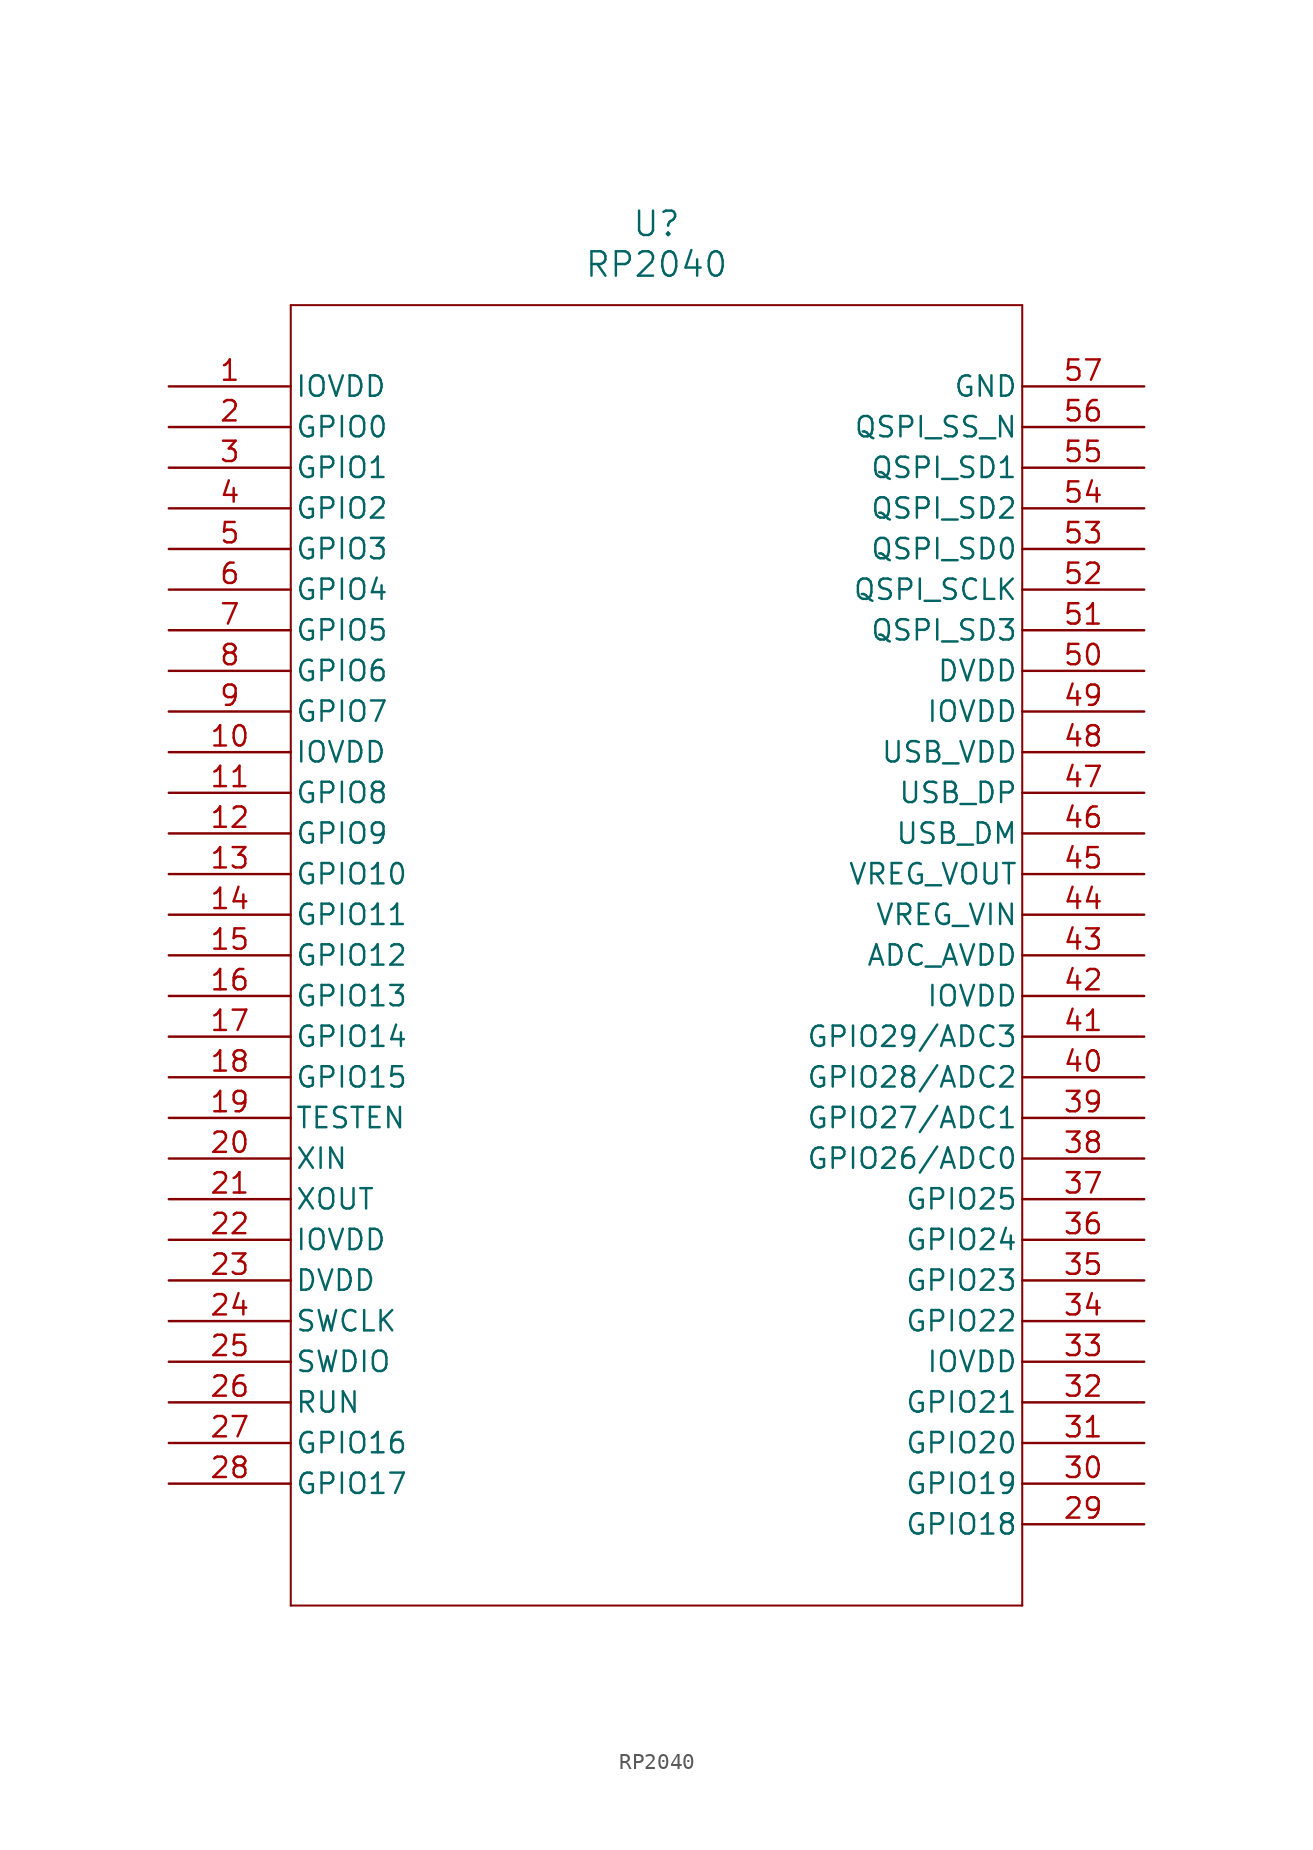
<source format=kicad_sym>
(kicad_symbol_lib
  (version 20211014)
  (generator kicad_symbol_editor)
  (symbol "RP2040"
    (pin_names
      (offset 0.254))
    (property "Reference" "U"
      (at 30.48 10.16 0)
      (effects (font (size 1.524 1.524))))
    (property "Value" "RP2040"
      (at 30.48 7.62 0)
      (effects (font (size 1.524 1.524))))
    (polyline
      (pts (xy 7.62 5.08) (xy 7.62 -76.2))
      (stroke (width 0.127) (type default) (color 0 0 0 0))
      (fill (type none)))
    (polyline
      (pts (xy 7.62 -76.2) (xy 53.34 -76.2))
      (stroke (width 0.127) (type default) (color 0 0 0 0))
      (fill (type none)))
    (polyline
      (pts (xy 53.34 -76.2) (xy 53.34 5.08))
      (stroke (width 0.127) (type default) (color 0 0 0 0))
      (fill (type none)))
    (polyline
      (pts (xy 53.34 5.08) (xy 7.62 5.08))
      (stroke (width 0.127) (type default) (color 0 0 0 0))
      (fill (type none)))
    (pin power_in line
      (at 0 0 0)
      (length 7.62)
      (name "IOVDD" (effects (font (size 1.27 1.27))))
      (number "1" (effects (font (size 1.27 1.27)))))
    (pin bidirectional line
      (at 0 -2.54 0)
      (length 7.62)
      (name "GPIO0" (effects (font (size 1.27 1.27))))
      (number "2" (effects (font (size 1.27 1.27)))))
    (pin bidirectional line
      (at 0 -5.08 0)
      (length 7.62)
      (name "GPIO1" (effects (font (size 1.27 1.27))))
      (number "3" (effects (font (size 1.27 1.27)))))
    (pin bidirectional line
      (at 0 -7.62 0)
      (length 7.62)
      (name "GPIO2" (effects (font (size 1.27 1.27))))
      (number "4" (effects (font (size 1.27 1.27)))))
    (pin bidirectional line
      (at 0 -10.16 0)
      (length 7.62)
      (name "GPIO3" (effects (font (size 1.27 1.27))))
      (number "5" (effects (font (size 1.27 1.27)))))
    (pin bidirectional line
      (at 0 -12.7 0)
      (length 7.62)
      (name "GPIO4" (effects (font (size 1.27 1.27))))
      (number "6" (effects (font (size 1.27 1.27)))))
    (pin bidirectional line
      (at 0 -15.24 0)
      (length 7.62)
      (name "GPIO5" (effects (font (size 1.27 1.27))))
      (number "7" (effects (font (size 1.27 1.27)))))
    (pin bidirectional line
      (at 0 -17.78 0)
      (length 7.62)
      (name "GPIO6" (effects (font (size 1.27 1.27))))
      (number "8" (effects (font (size 1.27 1.27)))))
    (pin bidirectional line
      (at 0 -20.32 0)
      (length 7.62)
      (name "GPIO7" (effects (font (size 1.27 1.27))))
      (number "9" (effects (font (size 1.27 1.27)))))
    (pin power_in line
      (at 0 -22.86 0)
      (length 7.62)
      (name "IOVDD" (effects (font (size 1.27 1.27))))
      (number "10" (effects (font (size 1.27 1.27)))))
    (pin bidirectional line
      (at 0 -25.4 0)
      (length 7.62)
      (name "GPIO8" (effects (font (size 1.27 1.27))))
      (number "11" (effects (font (size 1.27 1.27)))))
    (pin bidirectional line
      (at 0 -27.94 0)
      (length 7.62)
      (name "GPIO9" (effects (font (size 1.27 1.27))))
      (number "12" (effects (font (size 1.27 1.27)))))
    (pin bidirectional line
      (at 0 -30.48 0)
      (length 7.62)
      (name "GPIO10" (effects (font (size 1.27 1.27))))
      (number "13" (effects (font (size 1.27 1.27)))))
    (pin bidirectional line
      (at 0 -33.02 0)
      (length 7.62)
      (name "GPIO11" (effects (font (size 1.27 1.27))))
      (number "14" (effects (font (size 1.27 1.27)))))
    (pin bidirectional line
      (at 0 -35.56 0)
      (length 7.62)
      (name "GPIO12" (effects (font (size 1.27 1.27))))
      (number "15" (effects (font (size 1.27 1.27)))))
    (pin bidirectional line
      (at 0 -38.1 0)
      (length 7.62)
      (name "GPIO13" (effects (font (size 1.27 1.27))))
      (number "16" (effects (font (size 1.27 1.27)))))
    (pin bidirectional line
      (at 0 -40.64 0)
      (length 7.62)
      (name "GPIO14" (effects (font (size 1.27 1.27))))
      (number "17" (effects (font (size 1.27 1.27)))))
    (pin bidirectional line
      (at 0 -43.18 0)
      (length 7.62)
      (name "GPIO15" (effects (font (size 1.27 1.27))))
      (number "18" (effects (font (size 1.27 1.27)))))
    (pin unspecified line
      (at 0 -45.72 0)
      (length 7.62)
      (name "TESTEN" (effects (font (size 1.27 1.27))))
      (number "19" (effects (font (size 1.27 1.27)))))
    (pin unspecified line
      (at 0 -48.26 0)
      (length 7.62)
      (name "XIN" (effects (font (size 1.27 1.27))))
      (number "20" (effects (font (size 1.27 1.27)))))
    (pin output line
      (at 0 -50.8 0)
      (length 7.62)
      (name "XOUT" (effects (font (size 1.27 1.27))))
      (number "21" (effects (font (size 1.27 1.27)))))
    (pin power_in line
      (at 0 -53.34 0)
      (length 7.62)
      (name "IOVDD" (effects (font (size 1.27 1.27))))
      (number "22" (effects (font (size 1.27 1.27)))))
    (pin power_in line
      (at 0 -55.88 0)
      (length 7.62)
      (name "DVDD" (effects (font (size 1.27 1.27))))
      (number "23" (effects (font (size 1.27 1.27)))))
    (pin unspecified line
      (at 0 -58.42 0)
      (length 7.62)
      (name "SWCLK" (effects (font (size 1.27 1.27))))
      (number "24" (effects (font (size 1.27 1.27)))))
    (pin unspecified line
      (at 0 -60.96 0)
      (length 7.62)
      (name "SWDIO" (effects (font (size 1.27 1.27))))
      (number "25" (effects (font (size 1.27 1.27)))))
    (pin unspecified line
      (at 0 -63.5 0)
      (length 7.62)
      (name "RUN" (effects (font (size 1.27 1.27))))
      (number "26" (effects (font (size 1.27 1.27)))))
    (pin bidirectional line
      (at 0 -66.04 0)
      (length 7.62)
      (name "GPIO16" (effects (font (size 1.27 1.27))))
      (number "27" (effects (font (size 1.27 1.27)))))
    (pin bidirectional line
      (at 0 -68.58 0)
      (length 7.62)
      (name "GPIO17" (effects (font (size 1.27 1.27))))
      (number "28" (effects (font (size 1.27 1.27)))))
    (pin bidirectional line
      (at 60.96 -71.12 180)
      (length 7.62)
      (name "GPIO18" (effects (font (size 1.27 1.27))))
      (number "29" (effects (font (size 1.27 1.27)))))
    (pin bidirectional line
      (at 60.96 -68.58 180)
      (length 7.62)
      (name "GPIO19" (effects (font (size 1.27 1.27))))
      (number "30" (effects (font (size 1.27 1.27)))))
    (pin bidirectional line
      (at 60.96 -66.04 180)
      (length 7.62)
      (name "GPIO20" (effects (font (size 1.27 1.27))))
      (number "31" (effects (font (size 1.27 1.27)))))
    (pin bidirectional line
      (at 60.96 -63.5 180)
      (length 7.62)
      (name "GPIO21" (effects (font (size 1.27 1.27))))
      (number "32" (effects (font (size 1.27 1.27)))))
    (pin power_in line
      (at 60.96 -60.96 180)
      (length 7.62)
      (name "IOVDD" (effects (font (size 1.27 1.27))))
      (number "33" (effects (font (size 1.27 1.27)))))
    (pin bidirectional line
      (at 60.96 -58.42 180)
      (length 7.62)
      (name "GPIO22" (effects (font (size 1.27 1.27))))
      (number "34" (effects (font (size 1.27 1.27)))))
    (pin bidirectional line
      (at 60.96 -55.88 180)
      (length 7.62)
      (name "GPIO23" (effects (font (size 1.27 1.27))))
      (number "35" (effects (font (size 1.27 1.27)))))
    (pin bidirectional line
      (at 60.96 -53.34 180)
      (length 7.62)
      (name "GPIO24" (effects (font (size 1.27 1.27))))
      (number "36" (effects (font (size 1.27 1.27)))))
    (pin bidirectional line
      (at 60.96 -50.8 180)
      (length 7.62)
      (name "GPIO25" (effects (font (size 1.27 1.27))))
      (number "37" (effects (font (size 1.27 1.27)))))
    (pin bidirectional line
      (at 60.96 -48.26 180)
      (length 7.62)
      (name "GPIO26/ADC0" (effects (font (size 1.27 1.27))))
      (number "38" (effects (font (size 1.27 1.27)))))
    (pin bidirectional line
      (at 60.96 -45.72 180)
      (length 7.62)
      (name "GPIO27/ADC1" (effects (font (size 1.27 1.27))))
      (number "39" (effects (font (size 1.27 1.27)))))
    (pin bidirectional line
      (at 60.96 -43.18 180)
      (length 7.62)
      (name "GPIO28/ADC2" (effects (font (size 1.27 1.27))))
      (number "40" (effects (font (size 1.27 1.27)))))
    (pin bidirectional line
      (at 60.96 -40.64 180)
      (length 7.62)
      (name "GPIO29/ADC3" (effects (font (size 1.27 1.27))))
      (number "41" (effects (font (size 1.27 1.27)))))
    (pin power_in line
      (at 60.96 -38.1 180)
      (length 7.62)
      (name "IOVDD" (effects (font (size 1.27 1.27))))
      (number "42" (effects (font (size 1.27 1.27)))))
    (pin power_in line
      (at 60.96 -35.56 180)
      (length 7.62)
      (name "ADC_AVDD" (effects (font (size 1.27 1.27))))
      (number "43" (effects (font (size 1.27 1.27)))))
    (pin unspecified line
      (at 60.96 -33.02 180)
      (length 7.62)
      (name "VREG_VIN" (effects (font (size 1.27 1.27))))
      (number "44" (effects (font (size 1.27 1.27)))))
    (pin output line
      (at 60.96 -30.48 180)
      (length 7.62)
      (name "VREG_VOUT" (effects (font (size 1.27 1.27))))
      (number "45" (effects (font (size 1.27 1.27)))))
    (pin unspecified line
      (at 60.96 -27.94 180)
      (length 7.62)
      (name "USB_DM" (effects (font (size 1.27 1.27))))
      (number "46" (effects (font (size 1.27 1.27)))))
    (pin unspecified line
      (at 60.96 -25.4 180)
      (length 7.62)
      (name "USB_DP" (effects (font (size 1.27 1.27))))
      (number "47" (effects (font (size 1.27 1.27)))))
    (pin power_in line
      (at 60.96 -22.86 180)
      (length 7.62)
      (name "USB_VDD" (effects (font (size 1.27 1.27))))
      (number "48" (effects (font (size 1.27 1.27)))))
    (pin power_in line
      (at 60.96 -20.32 180)
      (length 7.62)
      (name "IOVDD" (effects (font (size 1.27 1.27))))
      (number "49" (effects (font (size 1.27 1.27)))))
    (pin power_in line
      (at 60.96 -17.78 180)
      (length 7.62)
      (name "DVDD" (effects (font (size 1.27 1.27))))
      (number "50" (effects (font (size 1.27 1.27)))))
    (pin bidirectional line
      (at 60.96 -15.24 180)
      (length 7.62)
      (name "QSPI_SD3" (effects (font (size 1.27 1.27))))
      (number "51" (effects (font (size 1.27 1.27)))))
    (pin unspecified line
      (at 60.96 -12.7 180)
      (length 7.62)
      (name "QSPI_SCLK" (effects (font (size 1.27 1.27))))
      (number "52" (effects (font (size 1.27 1.27)))))
    (pin bidirectional line
      (at 60.96 -10.16 180)
      (length 7.62)
      (name "QSPI_SD0" (effects (font (size 1.27 1.27))))
      (number "53" (effects (font (size 1.27 1.27)))))
    (pin bidirectional line
      (at 60.96 -7.62 180)
      (length 7.62)
      (name "QSPI_SD2" (effects (font (size 1.27 1.27))))
      (number "54" (effects (font (size 1.27 1.27)))))
    (pin bidirectional line
      (at 60.96 -5.08 180)
      (length 7.62)
      (name "QSPI_SD1" (effects (font (size 1.27 1.27))))
      (number "55" (effects (font (size 1.27 1.27)))))
    (pin unspecified line
      (at 60.96 -2.54 180)
      (length 7.62)
      (name "QSPI_SS_N" (effects (font (size 1.27 1.27))))
      (number "56" (effects (font (size 1.27 1.27)))))
    (pin power_out line
      (at 60.96 0 180)
      (length 7.62)
      (name "GND" (effects (font (size 1.27 1.27))))
      (number "57" (effects (font (size 1.27 1.27)))))))
</source>
